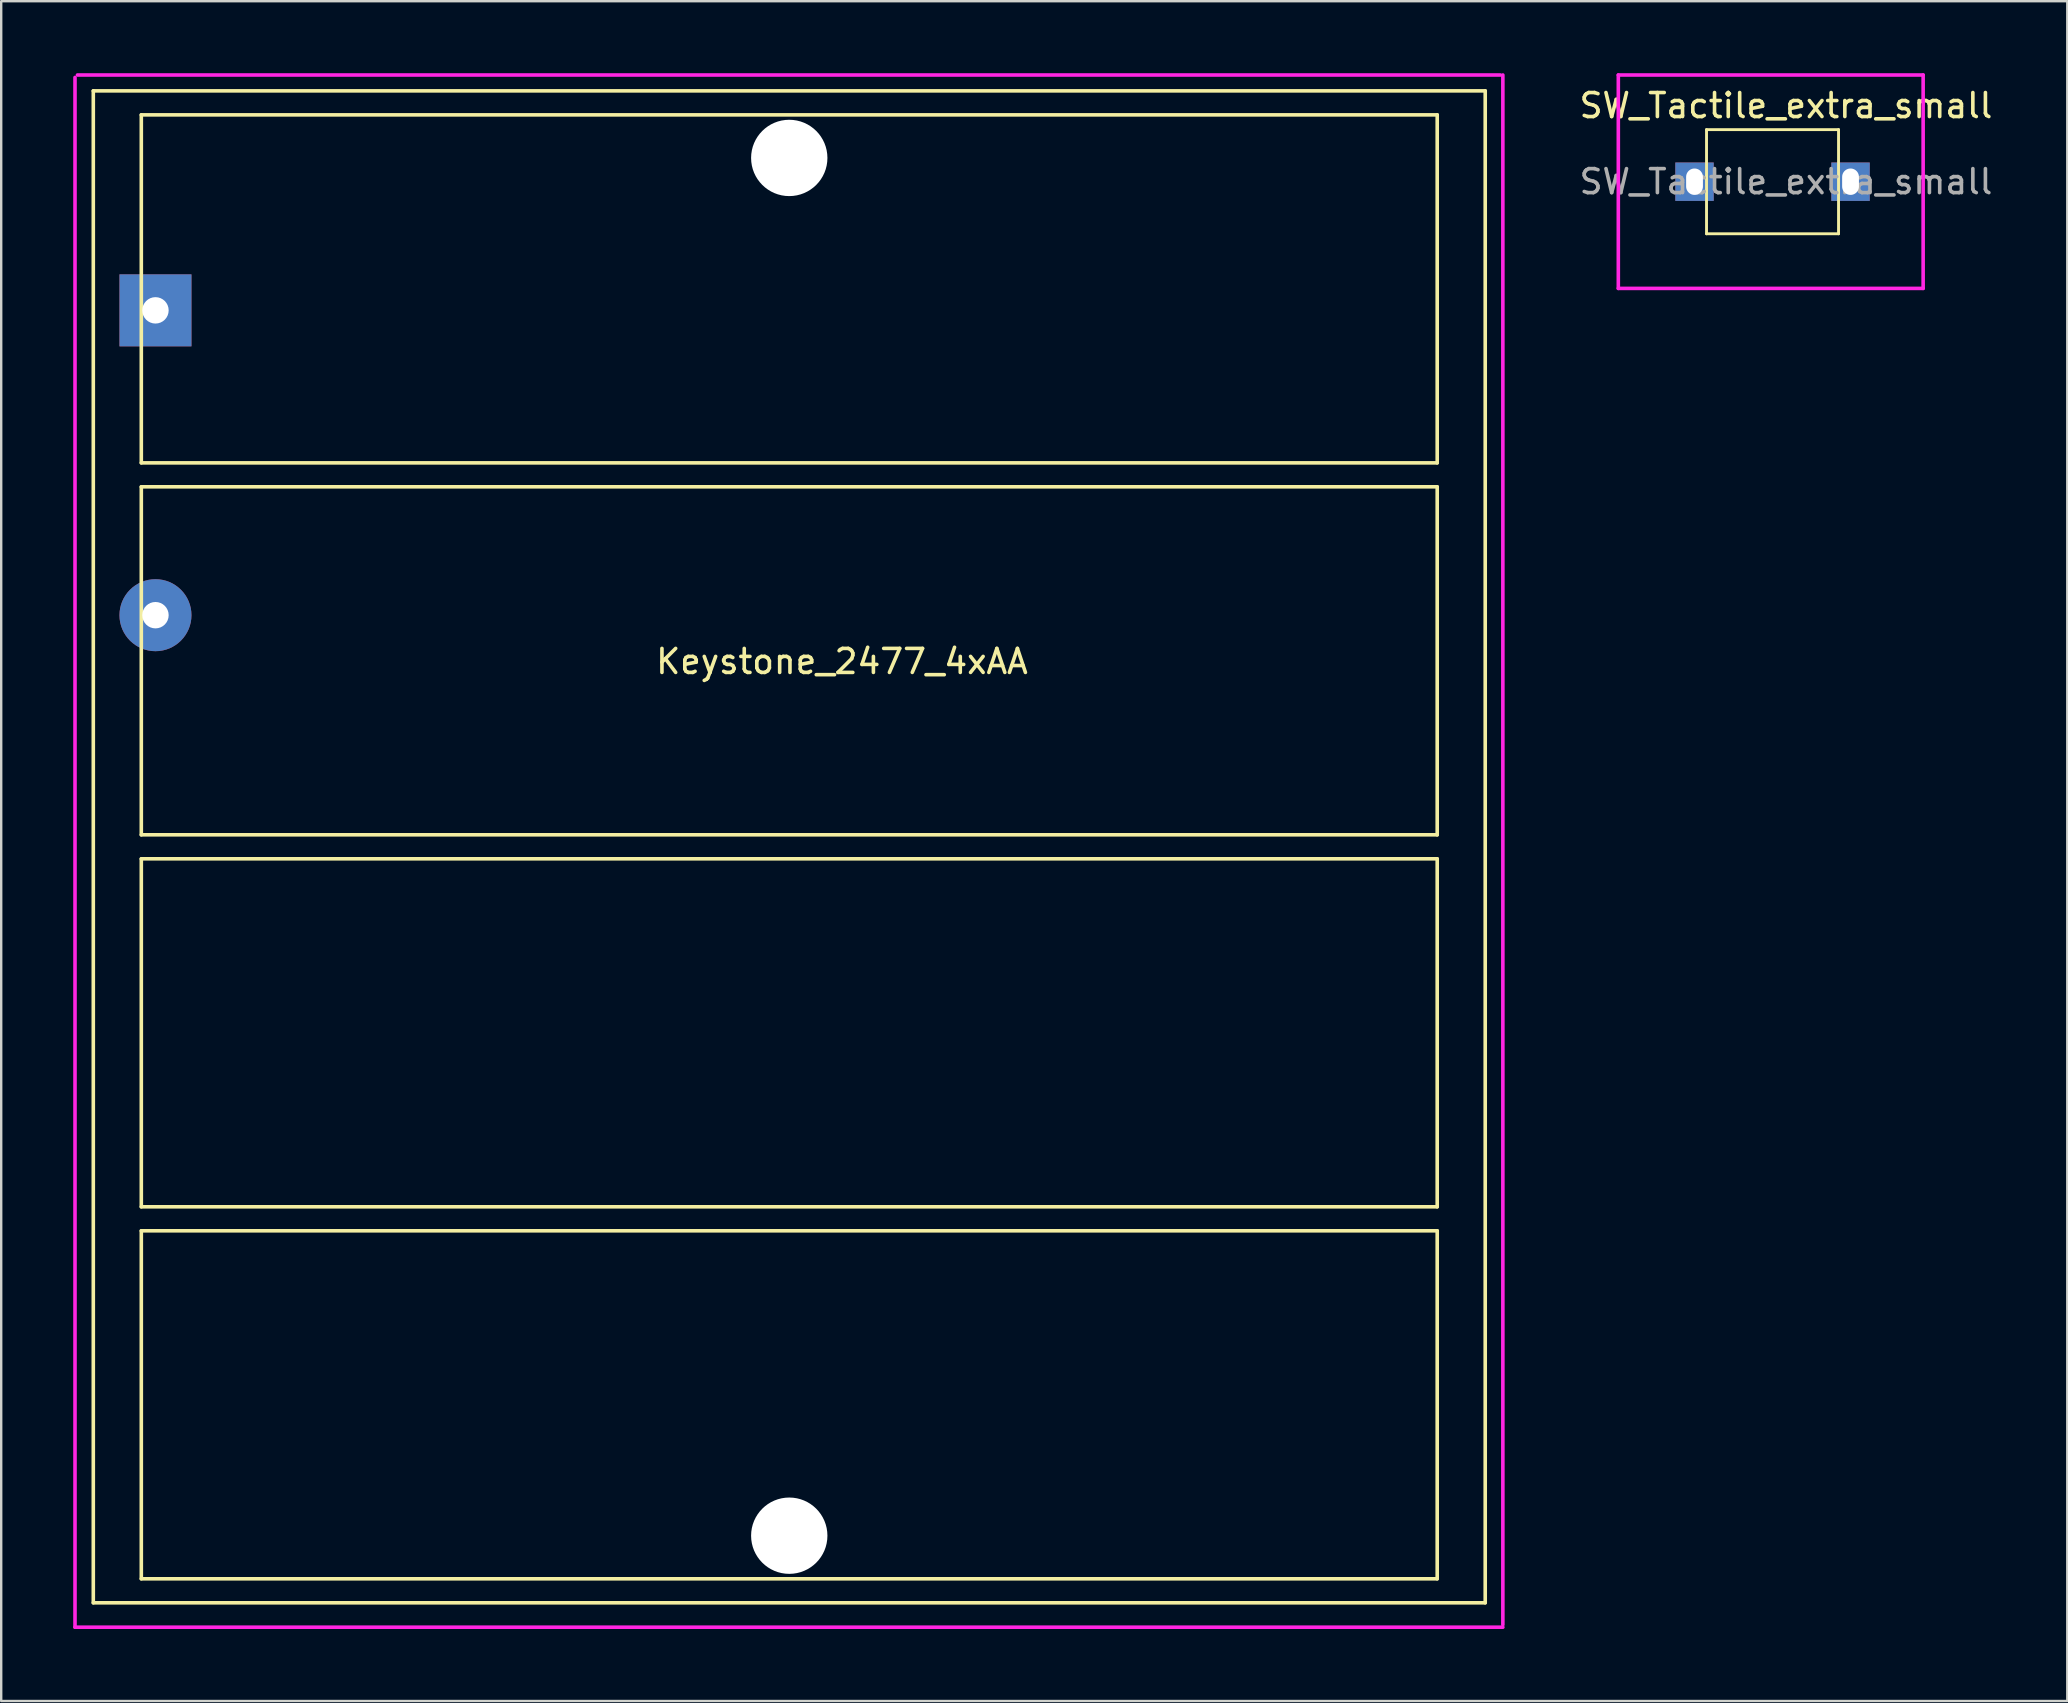
<source format=kicad_pcb>
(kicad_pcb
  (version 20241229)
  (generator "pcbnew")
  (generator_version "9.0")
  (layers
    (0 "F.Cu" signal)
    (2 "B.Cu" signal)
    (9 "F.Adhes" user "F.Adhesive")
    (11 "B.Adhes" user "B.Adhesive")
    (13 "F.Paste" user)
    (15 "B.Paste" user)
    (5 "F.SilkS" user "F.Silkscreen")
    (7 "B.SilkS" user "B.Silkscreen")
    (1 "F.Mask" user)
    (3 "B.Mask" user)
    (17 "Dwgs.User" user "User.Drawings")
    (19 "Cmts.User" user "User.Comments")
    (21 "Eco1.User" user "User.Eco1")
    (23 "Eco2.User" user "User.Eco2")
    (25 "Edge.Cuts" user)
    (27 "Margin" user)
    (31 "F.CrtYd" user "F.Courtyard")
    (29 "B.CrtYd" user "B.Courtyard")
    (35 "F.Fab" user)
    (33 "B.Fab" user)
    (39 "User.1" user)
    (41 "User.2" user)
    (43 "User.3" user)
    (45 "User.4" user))
  (footprint "Keystone_2477_4xAA"
    (layer "F.Cu")
    (at 0.837 0.735)
    (property "Reference" "Keystone_2477_4xAA" (at 31.191 23.774 0) (layer "F.SilkS") (effects (font (size 1 1) (thickness 0.15))))
    (attr through_hole)
    (fp_line (start 0 0) (end 0 62.99) (stroke (width 0.15) (type solid)) (layer "F.SilkS"))
    (fp_line (start 0 0) (end 57.99 0) (stroke (width 0.15) (type solid)) (layer "F.SilkS"))
    (fp_line (start 0 62.99) (end 57.99 62.99) (stroke (width 0.15) (type solid)) (layer "F.SilkS"))
    (fp_line (start 2 1) (end 2 15.498) (stroke (width 0.15) (type solid)) (layer "F.SilkS"))
    (fp_line (start 2 1) (end 55.99 1) (stroke (width 0.15) (type solid)) (layer "F.SilkS"))
    (fp_line (start 2 15.498) (end 55.99 15.498) (stroke (width 0.15) (type solid)) (layer "F.SilkS"))
    (fp_line (start 2 16.497) (end 2 30.995) (stroke (width 0.15) (type solid)) (layer "F.SilkS"))
    (fp_line (start 2 16.497) (end 55.99 16.497) (stroke (width 0.15) (type solid)) (layer "F.SilkS"))
    (fp_line (start 2 30.995) (end 55.99 30.995) (stroke (width 0.15) (type solid)) (layer "F.SilkS"))
    (fp_line (start 2 31.995) (end 2 46.492) (stroke (width 0.15) (type solid)) (layer "F.SilkS"))
    (fp_line (start 2 31.995) (end 55.99 31.995) (stroke (width 0.15) (type solid)) (layer "F.SilkS"))
    (fp_line (start 2 46.492) (end 55.99 46.492) (stroke (width 0.15) (type solid)) (layer "F.SilkS"))
    (fp_line (start 2 47.492) (end 2 61.99) (stroke (width 0.15) (type solid)) (layer "F.SilkS"))
    (fp_line (start 2 47.492) (end 55.99 47.492) (stroke (width 0.15) (type solid)) (layer "F.SilkS"))
    (fp_line (start 2 61.99) (end 55.99 61.99) (stroke (width 0.15) (type solid)) (layer "F.SilkS"))
    (fp_line (start 55.99 1) (end 55.99 15.498) (stroke (width 0.15) (type solid)) (layer "F.SilkS"))
    (fp_line (start 55.99 16.497) (end 55.99 30.995) (stroke (width 0.15) (type solid)) (layer "F.SilkS"))
    (fp_line (start 55.99 31.995) (end 55.99 46.492) (stroke (width 0.15) (type solid)) (layer "F.SilkS"))
    (fp_line (start 55.99 47.492) (end 55.99 61.99) (stroke (width 0.15) (type solid)) (layer "F.SilkS"))
    (fp_line (start 57.99 0) (end 57.99 62.99) (stroke (width 0.15) (type solid)) (layer "F.SilkS"))
    (fp_line (start -0.762 64.008) (end -0.762 -0.559) (stroke (width 0.15) (type solid)) (layer "F.CrtYd"))
    (fp_line (start -0.66 -0.66) (end 58.623 -0.66) (stroke (width 0.15) (type solid)) (layer "F.CrtYd"))
    (fp_line (start 58.725 -0.66) (end 58.725 63.906) (stroke (width 0.15) (type solid)) (layer "F.CrtYd"))
    (fp_line (start 58.725 64.008) (end -0.762 64.008) (stroke (width 0.15) (type solid)) (layer "F.CrtYd"))
    (pad "" np_thru_hole circle (at 28.995 2.795) (size 3.18 3.18) (drill 3.18) (layers "*.Cu" "*.Mask"))
    (pad "" np_thru_hole circle (at 28.995 60.195) (size 3.18 3.18) (drill 3.18) (layers "*.Cu" "*.Mask"))
    (pad "1" thru_hole rect (at 2.59 9.145) (size 3 3) (drill 1.1) (layers "*.Cu" "*.Mask"))
    (pad "2" thru_hole circle (at 2.59 21.845) (size 3 3) (drill 1.1) (layers "*.Cu" "*.Mask")))
  (footprint "SW_Tactile_extra_small"
    (layer "F.Cu")
    (at 71.357 4.52)
    (property "Reference" "SW_Tactile_extra_small" (at 0 -3.17 0) (layer "F.SilkS") (effects (font (size 1 1) (thickness 0.15))))
    (attr through_hole)
    (fp_line (start -3.31 -2.17) (end 2.19 -2.17) (stroke (width 0.12) (type solid)) (layer "F.SilkS"))
    (fp_line (start -3.31 2.17) (end -3.31 -2.17) (stroke (width 0.12) (type solid)) (layer "F.SilkS"))
    (fp_line (start 2.19 -2.17) (end 2.19 2.17) (stroke (width 0.12) (type solid)) (layer "F.SilkS"))
    (fp_line (start 2.19 2.17) (end -3.31 2.17) (stroke (width 0.12) (type solid)) (layer "F.SilkS"))
    (fp_line (start -6.985 -4.445) (end 5.715 -4.445) (stroke (width 0.15) (type solid)) (layer "F.CrtYd"))
    (fp_line (start -6.985 4.445) (end -6.985 -4.445) (stroke (width 0.15) (type solid)) (layer "F.CrtYd"))
    (fp_line (start 5.715 -4.445) (end 5.715 4.445) (stroke (width 0.15) (type solid)) (layer "F.CrtYd"))
    (fp_line (start 5.715 4.445) (end -6.985 4.445) (stroke (width 0.15) (type solid)) (layer "F.CrtYd"))
    (fp_text user "${REFERENCE}" (at 0 0 0) (layer "F.Fab") (effects (font (size 1 1) (thickness 0.15))))
    (pad "1" thru_hole rect (at -3.81 0) (size 1.6 1.6) (drill oval 0.7 1.1) (layers "*.Cu" "*.Mask"))
    (pad "2" thru_hole rect (at 2.69 0) (size 1.6 1.6) (drill oval 0.7 1.1) (layers "*.Cu" "*.Mask")))
  (gr_rect
    (start -3 -3)
    (end 83.077 67.818)
    (stroke (width 0.1) (type default))
    (fill no)
    (layer "Edge.Cuts")))
</source>
